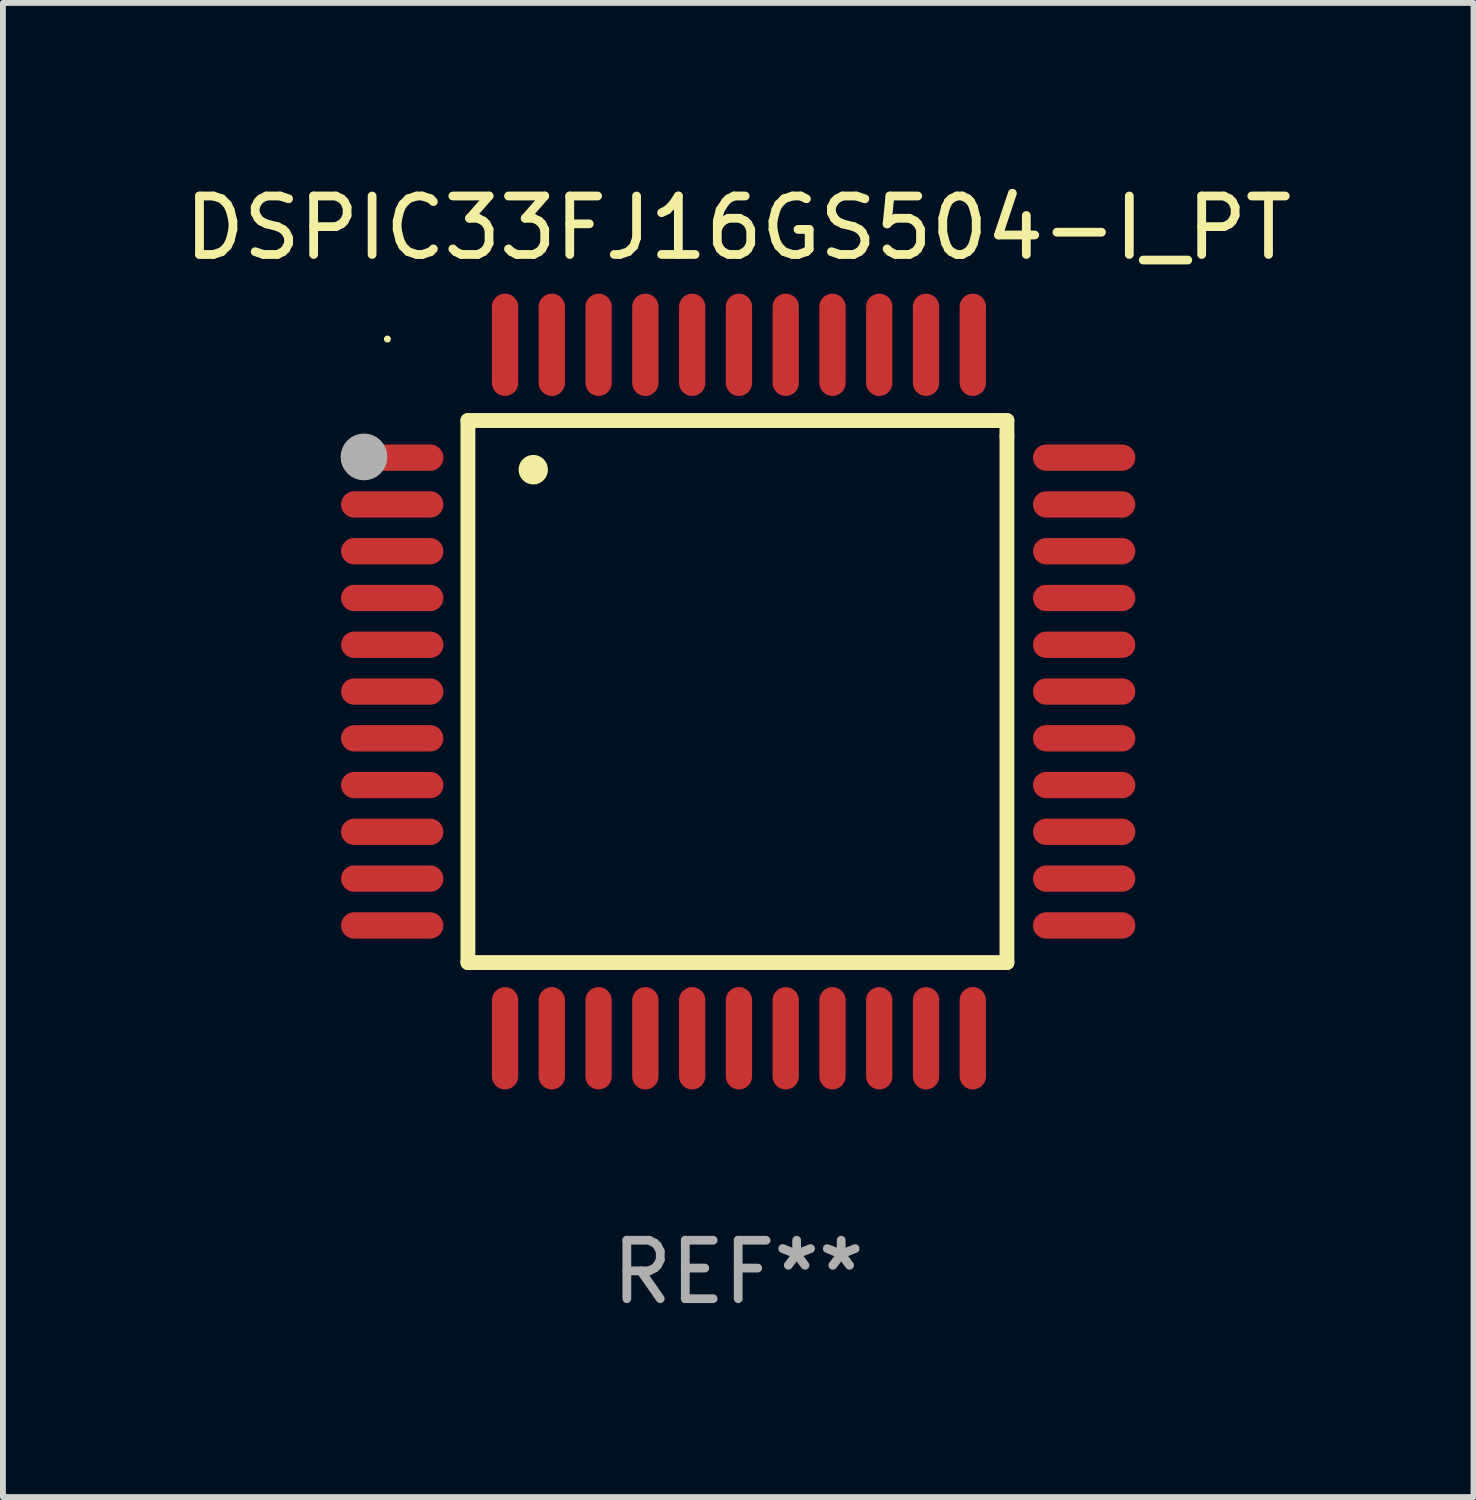
<source format=kicad_pcb>
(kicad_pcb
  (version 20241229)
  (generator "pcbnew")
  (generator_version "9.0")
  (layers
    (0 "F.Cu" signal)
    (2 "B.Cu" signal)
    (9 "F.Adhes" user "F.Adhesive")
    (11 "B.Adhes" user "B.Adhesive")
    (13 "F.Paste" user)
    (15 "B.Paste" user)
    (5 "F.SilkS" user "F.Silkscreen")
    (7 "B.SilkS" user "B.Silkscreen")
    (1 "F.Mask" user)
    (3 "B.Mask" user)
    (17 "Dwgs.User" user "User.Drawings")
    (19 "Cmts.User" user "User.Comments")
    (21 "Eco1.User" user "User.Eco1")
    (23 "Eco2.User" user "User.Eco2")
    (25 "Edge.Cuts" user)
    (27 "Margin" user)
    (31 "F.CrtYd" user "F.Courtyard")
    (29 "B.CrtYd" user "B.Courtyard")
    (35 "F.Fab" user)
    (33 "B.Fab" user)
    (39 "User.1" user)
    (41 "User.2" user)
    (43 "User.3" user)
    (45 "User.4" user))
  (footprint "DSPIC33FJ16GS504-I_PT"
    (layer "F.Cu")
    (at 9.577 8.779)
    (property "Reference" "DSPIC33FJ16GS504-I_PT" (at 0 -7.931 0) (layer "F.SilkS") (effects (font (size 1 1) (thickness 0.15))))
    (attr through_hole)
    (fp_line (start -4.623 -4.636) (end 4.35 -4.636) (stroke (width 0.254) (type solid)) (layer "F.SilkS"))
    (fp_line (start -4.623 4.636) (end -4.623 -4.636) (stroke (width 0.254) (type solid)) (layer "F.SilkS"))
    (fp_line (start 4.35 -4.636) (end 4.597 -4.636) (stroke (width 0.254) (type solid)) (layer "F.SilkS"))
    (fp_line (start 4.597 -4.636) (end 4.597 -4.363) (stroke (width 0.254) (type solid)) (layer "F.SilkS"))
    (fp_line (start 4.597 -4.363) (end 4.597 4.636) (stroke (width 0.254) (type solid)) (layer "F.SilkS"))
    (fp_line (start 4.597 4.636) (end -4.623 4.636) (stroke (width 0.254) (type solid)) (layer "F.SilkS"))
    (fp_arc (start -3.505207 -3.792228) (mid -3.50522 -3.794768) (end -3.505207 -3.797308) (stroke (width 0.5) (type solid)) (layer "F.SilkS"))
    (fp_circle (center -6 -6.03) (end -5.97 -6.03) (stroke (width 0.06) (type solid)) (fill no) (layer "F.SilkS"))
    (fp_circle (center -6.401 -4.013) (end -6.201 -4.013) (stroke (width 0.4) (type solid)) (fill no) (layer "F.Fab"))
    (fp_text user "REF**" (at 0 9.931 0) (layer "F.Fab") (effects (font (size 1 1) (thickness 0.15))))
    (pad "1" smd oval (at -5.918 -4.001 90) (size 0.45 1.75) (layers "F.Cu" "F.Mask" "F.Paste"))
    (pad "2" smd oval (at -5.918 -3.2 90) (size 0.45 1.75) (layers "F.Cu" "F.Mask" "F.Paste"))
    (pad "3" smd oval (at -5.918 -2.4 90) (size 0.45 1.75) (layers "F.Cu" "F.Mask" "F.Paste"))
    (pad "4" smd oval (at -5.918 -1.6 90) (size 0.45 1.75) (layers "F.Cu" "F.Mask" "F.Paste"))
    (pad "5" smd oval (at -5.918 -0.8 90) (size 0.45 1.75) (layers "F.Cu" "F.Mask" "F.Paste"))
    (pad "6" smd oval (at -5.918 0 90) (size 0.45 1.75) (layers "F.Cu" "F.Mask" "F.Paste"))
    (pad "7" smd oval (at -5.918 0.8 90) (size 0.45 1.75) (layers "F.Cu" "F.Mask" "F.Paste"))
    (pad "8" smd oval (at -5.918 1.6 90) (size 0.45 1.75) (layers "F.Cu" "F.Mask" "F.Paste"))
    (pad "9" smd oval (at -5.918 2.4 90) (size 0.45 1.75) (layers "F.Cu" "F.Mask" "F.Paste"))
    (pad "10" smd oval (at -5.918 3.2 90) (size 0.45 1.75) (layers "F.Cu" "F.Mask" "F.Paste"))
    (pad "11" smd oval (at -5.918 4.001 90) (size 0.45 1.75) (layers "F.Cu" "F.Mask" "F.Paste"))
    (pad "12" smd oval (at -3.988 5.931) (size 0.45 1.75) (layers "F.Cu" "F.Mask" "F.Paste"))
    (pad "13" smd oval (at -3.188 5.931) (size 0.45 1.75) (layers "F.Cu" "F.Mask" "F.Paste"))
    (pad "14" smd oval (at -2.388 5.931) (size 0.45 1.75) (layers "F.Cu" "F.Mask" "F.Paste"))
    (pad "15" smd oval (at -1.588 5.931) (size 0.45 1.75) (layers "F.Cu" "F.Mask" "F.Paste"))
    (pad "16" smd oval (at -0.787 5.931) (size 0.45 1.75) (layers "F.Cu" "F.Mask" "F.Paste"))
    (pad "17" smd oval (at 0.013 5.931) (size 0.45 1.75) (layers "F.Cu" "F.Mask" "F.Paste"))
    (pad "18" smd oval (at 0.813 5.931) (size 0.45 1.75) (layers "F.Cu" "F.Mask" "F.Paste"))
    (pad "19" smd oval (at 1.613 5.931) (size 0.45 1.75) (layers "F.Cu" "F.Mask" "F.Paste"))
    (pad "20" smd oval (at 2.413 5.931) (size 0.45 1.75) (layers "F.Cu" "F.Mask" "F.Paste"))
    (pad "21" smd oval (at 3.213 5.931) (size 0.45 1.75) (layers "F.Cu" "F.Mask" "F.Paste"))
    (pad "22" smd oval (at 4.013 5.931) (size 0.45 1.75) (layers "F.Cu" "F.Mask" "F.Paste"))
    (pad "23" smd oval (at 5.918 4.001 90) (size 0.45 1.75) (layers "F.Cu" "F.Mask" "F.Paste"))
    (pad "24" smd oval (at 5.918 3.2 90) (size 0.45 1.75) (layers "F.Cu" "F.Mask" "F.Paste"))
    (pad "25" smd oval (at 5.918 2.4 90) (size 0.45 1.75) (layers "F.Cu" "F.Mask" "F.Paste"))
    (pad "26" smd oval (at 5.918 1.6 90) (size 0.45 1.75) (layers "F.Cu" "F.Mask" "F.Paste"))
    (pad "27" smd oval (at 5.918 0.8 90) (size 0.45 1.75) (layers "F.Cu" "F.Mask" "F.Paste"))
    (pad "28" smd oval (at 5.918 0 90) (size 0.45 1.75) (layers "F.Cu" "F.Mask" "F.Paste"))
    (pad "29" smd oval (at 5.918 -0.8 90) (size 0.45 1.75) (layers "F.Cu" "F.Mask" "F.Paste"))
    (pad "30" smd oval (at 5.918 -1.6 90) (size 0.45 1.75) (layers "F.Cu" "F.Mask" "F.Paste"))
    (pad "31" smd oval (at 5.918 -2.4 90) (size 0.45 1.75) (layers "F.Cu" "F.Mask" "F.Paste"))
    (pad "32" smd oval (at 5.918 -3.2 90) (size 0.45 1.75) (layers "F.Cu" "F.Mask" "F.Paste"))
    (pad "33" smd oval (at 5.918 -4.001 90) (size 0.45 1.75) (layers "F.Cu" "F.Mask" "F.Paste"))
    (pad "34" smd oval (at 4.013 -5.931) (size 0.45 1.75) (layers "F.Cu" "F.Mask" "F.Paste"))
    (pad "35" smd oval (at 3.213 -5.931) (size 0.45 1.75) (layers "F.Cu" "F.Mask" "F.Paste"))
    (pad "36" smd oval (at 2.413 -5.931) (size 0.45 1.75) (layers "F.Cu" "F.Mask" "F.Paste"))
    (pad "37" smd oval (at 1.613 -5.931) (size 0.45 1.75) (layers "F.Cu" "F.Mask" "F.Paste"))
    (pad "38" smd oval (at 0.813 -5.931) (size 0.45 1.75) (layers "F.Cu" "F.Mask" "F.Paste"))
    (pad "39" smd oval (at 0.013 -5.931) (size 0.45 1.75) (layers "F.Cu" "F.Mask" "F.Paste"))
    (pad "40" smd oval (at -0.787 -5.931) (size 0.45 1.75) (layers "F.Cu" "F.Mask" "F.Paste"))
    (pad "41" smd oval (at -1.588 -5.931) (size 0.45 1.75) (layers "F.Cu" "F.Mask" "F.Paste"))
    (pad "42" smd oval (at -2.388 -5.931) (size 0.45 1.75) (layers "F.Cu" "F.Mask" "F.Paste"))
    (pad "43" smd oval (at -3.188 -5.931) (size 0.45 1.75) (layers "F.Cu" "F.Mask" "F.Paste"))
    (pad "44" smd oval (at -3.988 -5.931) (size 0.45 1.75) (layers "F.Cu" "F.Mask" "F.Paste")))
  (gr_rect
    (start -3 -3)
    (end 22.155 22.558)
    (stroke (width 0.1) (type default))
    (fill no)
    (layer "Edge.Cuts")))
</source>
